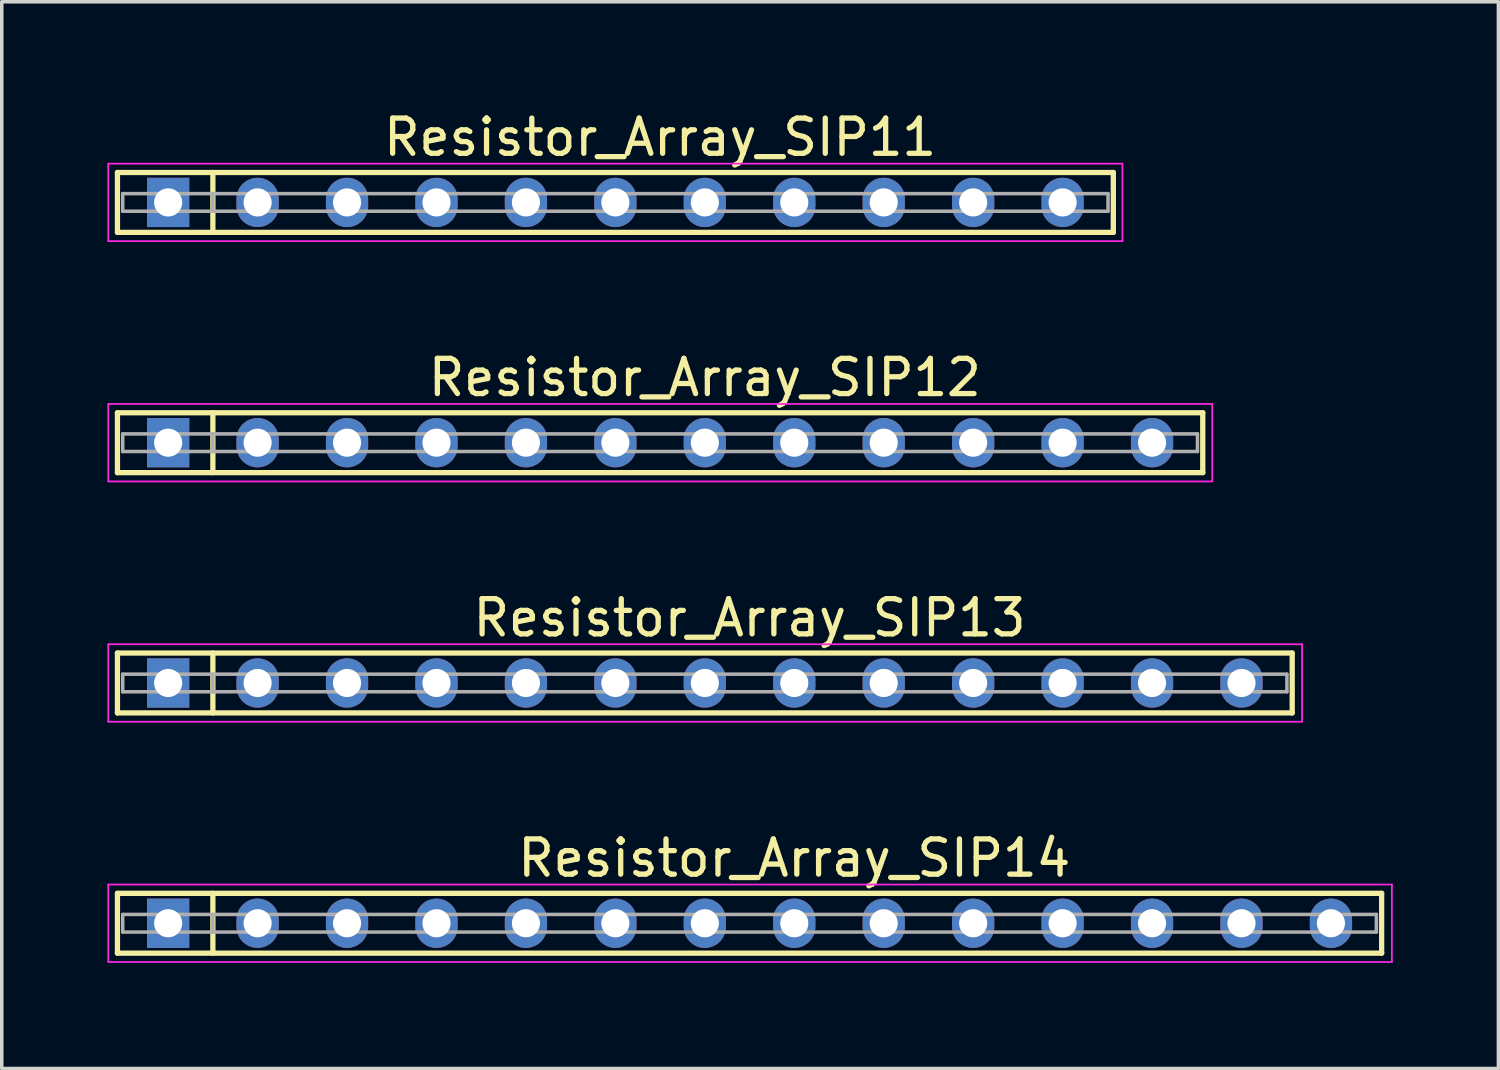
<source format=kicad_pcb>
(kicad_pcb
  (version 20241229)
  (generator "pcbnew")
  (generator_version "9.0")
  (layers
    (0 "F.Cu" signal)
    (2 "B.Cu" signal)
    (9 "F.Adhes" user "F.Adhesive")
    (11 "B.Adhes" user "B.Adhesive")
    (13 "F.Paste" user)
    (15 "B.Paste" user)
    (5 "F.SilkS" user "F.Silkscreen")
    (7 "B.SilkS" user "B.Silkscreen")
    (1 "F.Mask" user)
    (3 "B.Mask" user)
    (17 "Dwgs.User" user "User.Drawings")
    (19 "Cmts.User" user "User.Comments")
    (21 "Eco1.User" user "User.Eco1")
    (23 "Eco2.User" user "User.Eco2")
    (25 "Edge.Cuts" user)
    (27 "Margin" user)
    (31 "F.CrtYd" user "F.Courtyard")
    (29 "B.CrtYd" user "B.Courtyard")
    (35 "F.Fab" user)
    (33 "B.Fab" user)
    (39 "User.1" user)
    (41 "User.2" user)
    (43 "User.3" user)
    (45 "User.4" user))
  (footprint "Resistor_Array_SIP13"
    (layer "F.Cu")
    (at 1.725 16.345)
    (property "Reference" "Resistor_Array_SIP13" (at 16.51 -1.85 0) (layer "F.SilkS") (effects (font (size 1 1) (thickness 0.15))))
    (attr through_hole)
    (fp_line (start -1.44 -0.85) (end -1.44 0.85) (stroke (width 0.15) (type solid)) (layer "F.SilkS"))
    (fp_line (start -1.44 0.85) (end 31.92 0.85) (stroke (width 0.15) (type solid)) (layer "F.SilkS"))
    (fp_line (start 1.27 -0.85) (end 1.27 0.85) (stroke (width 0.15) (type solid)) (layer "F.SilkS"))
    (fp_line (start 31.92 -0.85) (end -1.44 -0.85) (stroke (width 0.15) (type solid)) (layer "F.SilkS"))
    (fp_line (start 31.92 0.85) (end 31.92 -0.85) (stroke (width 0.15) (type solid)) (layer "F.SilkS"))
    (fp_line (start -1.7 -1.1) (end -1.7 1.1) (stroke (width 0.05) (type solid)) (layer "F.CrtYd"))
    (fp_line (start -1.7 1.1) (end 32.2 1.1) (stroke (width 0.05) (type solid)) (layer "F.CrtYd"))
    (fp_line (start 32.2 -1.1) (end -1.7 -1.1) (stroke (width 0.05) (type solid)) (layer "F.CrtYd"))
    (fp_line (start 32.2 1.1) (end 32.2 -1.1) (stroke (width 0.05) (type solid)) (layer "F.CrtYd"))
    (fp_line (start -1.29 -0.25) (end -1.29 0.25) (stroke (width 0.1) (type solid)) (layer "F.Fab"))
    (fp_line (start -1.29 0.25) (end 31.77 0.25) (stroke (width 0.1) (type solid)) (layer "F.Fab"))
    (fp_line (start 1.27 -0.25) (end 1.27 0.25) (stroke (width 0.1) (type solid)) (layer "F.Fab"))
    (fp_line (start 31.77 -0.25) (end -1.29 -0.25) (stroke (width 0.1) (type solid)) (layer "F.Fab"))
    (fp_line (start 31.77 0.25) (end 31.77 -0.25) (stroke (width 0.1) (type solid)) (layer "F.Fab"))
    (pad "1" thru_hole rect (at 0 0) (size 1.2 1.4) (drill 0.8) (layers "*.Cu" "*.Mask"))
    (pad "2" thru_hole oval (at 2.54 0) (size 1.2 1.4) (drill 0.8) (layers "*.Cu" "*.Mask"))
    (pad "3" thru_hole oval (at 5.08 0) (size 1.2 1.4) (drill 0.8) (layers "*.Cu" "*.Mask"))
    (pad "4" thru_hole oval (at 7.62 0) (size 1.2 1.4) (drill 0.8) (layers "*.Cu" "*.Mask"))
    (pad "5" thru_hole oval (at 10.16 0) (size 1.2 1.4) (drill 0.8) (layers "*.Cu" "*.Mask"))
    (pad "6" thru_hole oval (at 12.7 0) (size 1.2 1.4) (drill 0.8) (layers "*.Cu" "*.Mask"))
    (pad "7" thru_hole oval (at 15.24 0) (size 1.2 1.4) (drill 0.8) (layers "*.Cu" "*.Mask"))
    (pad "8" thru_hole oval (at 17.78 0) (size 1.2 1.4) (drill 0.8) (layers "*.Cu" "*.Mask"))
    (pad "9" thru_hole oval (at 20.32 0) (size 1.2 1.4) (drill 0.8) (layers "*.Cu" "*.Mask"))
    (pad "10" thru_hole oval (at 22.86 0) (size 1.2 1.4) (drill 0.8) (layers "*.Cu" "*.Mask"))
    (pad "11" thru_hole oval (at 25.4 0) (size 1.2 1.4) (drill 0.8) (layers "*.Cu" "*.Mask"))
    (pad "12" thru_hole oval (at 27.94 0) (size 1.2 1.4) (drill 0.8) (layers "*.Cu" "*.Mask"))
    (pad "13" thru_hole oval (at 30.48 0) (size 1.2 1.4) (drill 0.8) (layers "*.Cu" "*.Mask")))
  (footprint "Resistor_Array_SIP12"
    (layer "F.Cu")
    (at 1.725 9.521)
    (property "Reference" "Resistor_Array_SIP12" (at 15.24 -1.85 0) (layer "F.SilkS") (effects (font (size 1 1) (thickness 0.15))))
    (attr through_hole)
    (fp_line (start -1.44 -0.85) (end -1.44 0.85) (stroke (width 0.15) (type solid)) (layer "F.SilkS"))
    (fp_line (start -1.44 0.85) (end 29.38 0.85) (stroke (width 0.15) (type solid)) (layer "F.SilkS"))
    (fp_line (start 1.27 -0.85) (end 1.27 0.85) (stroke (width 0.15) (type solid)) (layer "F.SilkS"))
    (fp_line (start 29.38 -0.85) (end -1.44 -0.85) (stroke (width 0.15) (type solid)) (layer "F.SilkS"))
    (fp_line (start 29.38 0.85) (end 29.38 -0.85) (stroke (width 0.15) (type solid)) (layer "F.SilkS"))
    (fp_line (start -1.7 -1.1) (end -1.7 1.1) (stroke (width 0.05) (type solid)) (layer "F.CrtYd"))
    (fp_line (start -1.7 1.1) (end 29.65 1.1) (stroke (width 0.05) (type solid)) (layer "F.CrtYd"))
    (fp_line (start 29.65 -1.1) (end -1.7 -1.1) (stroke (width 0.05) (type solid)) (layer "F.CrtYd"))
    (fp_line (start 29.65 1.1) (end 29.65 -1.1) (stroke (width 0.05) (type solid)) (layer "F.CrtYd"))
    (fp_line (start -1.29 -0.25) (end -1.29 0.25) (stroke (width 0.1) (type solid)) (layer "F.Fab"))
    (fp_line (start -1.29 0.25) (end 29.23 0.25) (stroke (width 0.1) (type solid)) (layer "F.Fab"))
    (fp_line (start 1.27 -0.25) (end 1.27 0.25) (stroke (width 0.1) (type solid)) (layer "F.Fab"))
    (fp_line (start 29.23 -0.25) (end -1.29 -0.25) (stroke (width 0.1) (type solid)) (layer "F.Fab"))
    (fp_line (start 29.23 0.25) (end 29.23 -0.25) (stroke (width 0.1) (type solid)) (layer "F.Fab"))
    (pad "1" thru_hole rect (at 0 0) (size 1.2 1.4) (drill 0.8) (layers "*.Cu" "*.Mask"))
    (pad "2" thru_hole oval (at 2.54 0) (size 1.2 1.4) (drill 0.8) (layers "*.Cu" "*.Mask"))
    (pad "3" thru_hole oval (at 5.08 0) (size 1.2 1.4) (drill 0.8) (layers "*.Cu" "*.Mask"))
    (pad "4" thru_hole oval (at 7.62 0) (size 1.2 1.4) (drill 0.8) (layers "*.Cu" "*.Mask"))
    (pad "5" thru_hole oval (at 10.16 0) (size 1.2 1.4) (drill 0.8) (layers "*.Cu" "*.Mask"))
    (pad "6" thru_hole oval (at 12.7 0) (size 1.2 1.4) (drill 0.8) (layers "*.Cu" "*.Mask"))
    (pad "7" thru_hole oval (at 15.24 0) (size 1.2 1.4) (drill 0.8) (layers "*.Cu" "*.Mask"))
    (pad "8" thru_hole oval (at 17.78 0) (size 1.2 1.4) (drill 0.8) (layers "*.Cu" "*.Mask"))
    (pad "9" thru_hole oval (at 20.32 0) (size 1.2 1.4) (drill 0.8) (layers "*.Cu" "*.Mask"))
    (pad "10" thru_hole oval (at 22.86 0) (size 1.2 1.4) (drill 0.8) (layers "*.Cu" "*.Mask"))
    (pad "11" thru_hole oval (at 25.4 0) (size 1.2 1.4) (drill 0.8) (layers "*.Cu" "*.Mask"))
    (pad "12" thru_hole oval (at 27.94 0) (size 1.2 1.4) (drill 0.8) (layers "*.Cu" "*.Mask")))
  (footprint "Resistor_Array_SIP14"
    (layer "F.Cu")
    (at 1.725 23.168)
    (property "Reference" "Resistor_Array_SIP14" (at 17.78 -1.85 0) (layer "F.SilkS") (effects (font (size 1 1) (thickness 0.15))))
    (attr through_hole)
    (fp_line (start -1.44 -0.85) (end -1.44 0.85) (stroke (width 0.15) (type solid)) (layer "F.SilkS"))
    (fp_line (start -1.44 0.85) (end 34.46 0.85) (stroke (width 0.15) (type solid)) (layer "F.SilkS"))
    (fp_line (start 1.27 -0.85) (end 1.27 0.85) (stroke (width 0.15) (type solid)) (layer "F.SilkS"))
    (fp_line (start 34.46 -0.85) (end -1.44 -0.85) (stroke (width 0.15) (type solid)) (layer "F.SilkS"))
    (fp_line (start 34.46 0.85) (end 34.46 -0.85) (stroke (width 0.15) (type solid)) (layer "F.SilkS"))
    (fp_line (start -1.7 -1.1) (end -1.7 1.1) (stroke (width 0.05) (type solid)) (layer "F.CrtYd"))
    (fp_line (start -1.7 1.1) (end 34.75 1.1) (stroke (width 0.05) (type solid)) (layer "F.CrtYd"))
    (fp_line (start 34.75 -1.1) (end -1.7 -1.1) (stroke (width 0.05) (type solid)) (layer "F.CrtYd"))
    (fp_line (start 34.75 1.1) (end 34.75 -1.1) (stroke (width 0.05) (type solid)) (layer "F.CrtYd"))
    (fp_line (start -1.29 -0.25) (end -1.29 0.25) (stroke (width 0.1) (type solid)) (layer "F.Fab"))
    (fp_line (start -1.29 0.25) (end 34.31 0.25) (stroke (width 0.1) (type solid)) (layer "F.Fab"))
    (fp_line (start 1.27 -0.25) (end 1.27 0.25) (stroke (width 0.1) (type solid)) (layer "F.Fab"))
    (fp_line (start 34.31 -0.25) (end -1.29 -0.25) (stroke (width 0.1) (type solid)) (layer "F.Fab"))
    (fp_line (start 34.31 0.25) (end 34.31 -0.25) (stroke (width 0.1) (type solid)) (layer "F.Fab"))
    (pad "1" thru_hole rect (at 0 0) (size 1.2 1.4) (drill 0.8) (layers "*.Cu" "*.Mask"))
    (pad "2" thru_hole oval (at 2.54 0) (size 1.2 1.4) (drill 0.8) (layers "*.Cu" "*.Mask"))
    (pad "3" thru_hole oval (at 5.08 0) (size 1.2 1.4) (drill 0.8) (layers "*.Cu" "*.Mask"))
    (pad "4" thru_hole oval (at 7.62 0) (size 1.2 1.4) (drill 0.8) (layers "*.Cu" "*.Mask"))
    (pad "5" thru_hole oval (at 10.16 0) (size 1.2 1.4) (drill 0.8) (layers "*.Cu" "*.Mask"))
    (pad "6" thru_hole oval (at 12.7 0) (size 1.2 1.4) (drill 0.8) (layers "*.Cu" "*.Mask"))
    (pad "7" thru_hole oval (at 15.24 0) (size 1.2 1.4) (drill 0.8) (layers "*.Cu" "*.Mask"))
    (pad "8" thru_hole oval (at 17.78 0) (size 1.2 1.4) (drill 0.8) (layers "*.Cu" "*.Mask"))
    (pad "9" thru_hole oval (at 20.32 0) (size 1.2 1.4) (drill 0.8) (layers "*.Cu" "*.Mask"))
    (pad "10" thru_hole oval (at 22.86 0) (size 1.2 1.4) (drill 0.8) (layers "*.Cu" "*.Mask"))
    (pad "11" thru_hole oval (at 25.4 0) (size 1.2 1.4) (drill 0.8) (layers "*.Cu" "*.Mask"))
    (pad "12" thru_hole oval (at 27.94 0) (size 1.2 1.4) (drill 0.8) (layers "*.Cu" "*.Mask"))
    (pad "13" thru_hole oval (at 30.48 0) (size 1.2 1.4) (drill 0.8) (layers "*.Cu" "*.Mask"))
    (pad "14" thru_hole oval (at 33.02 0) (size 1.2 1.4) (drill 0.8) (layers "*.Cu" "*.Mask")))
  (footprint "Resistor_Array_SIP11"
    (layer "F.Cu")
    (at 1.725 2.698)
    (property "Reference" "Resistor_Array_SIP11" (at 13.97 -1.85 0) (layer "F.SilkS") (effects (font (size 1 1) (thickness 0.15))))
    (attr through_hole)
    (fp_line (start -1.44 -0.85) (end -1.44 0.85) (stroke (width 0.15) (type solid)) (layer "F.SilkS"))
    (fp_line (start -1.44 0.85) (end 26.84 0.85) (stroke (width 0.15) (type solid)) (layer "F.SilkS"))
    (fp_line (start 1.27 -0.85) (end 1.27 0.85) (stroke (width 0.15) (type solid)) (layer "F.SilkS"))
    (fp_line (start 26.84 -0.85) (end -1.44 -0.85) (stroke (width 0.15) (type solid)) (layer "F.SilkS"))
    (fp_line (start 26.84 0.85) (end 26.84 -0.85) (stroke (width 0.15) (type solid)) (layer "F.SilkS"))
    (fp_line (start -1.7 -1.1) (end -1.7 1.1) (stroke (width 0.05) (type solid)) (layer "F.CrtYd"))
    (fp_line (start -1.7 1.1) (end 27.1 1.1) (stroke (width 0.05) (type solid)) (layer "F.CrtYd"))
    (fp_line (start 27.1 -1.1) (end -1.7 -1.1) (stroke (width 0.05) (type solid)) (layer "F.CrtYd"))
    (fp_line (start 27.1 1.1) (end 27.1 -1.1) (stroke (width 0.05) (type solid)) (layer "F.CrtYd"))
    (fp_line (start -1.29 -0.25) (end -1.29 0.25) (stroke (width 0.1) (type solid)) (layer "F.Fab"))
    (fp_line (start -1.29 0.25) (end 26.69 0.25) (stroke (width 0.1) (type solid)) (layer "F.Fab"))
    (fp_line (start 1.27 -0.25) (end 1.27 0.25) (stroke (width 0.1) (type solid)) (layer "F.Fab"))
    (fp_line (start 26.69 -0.25) (end -1.29 -0.25) (stroke (width 0.1) (type solid)) (layer "F.Fab"))
    (fp_line (start 26.69 0.25) (end 26.69 -0.25) (stroke (width 0.1) (type solid)) (layer "F.Fab"))
    (pad "1" thru_hole rect (at 0 0) (size 1.2 1.4) (drill 0.8) (layers "*.Cu" "*.Mask"))
    (pad "2" thru_hole oval (at 2.54 0) (size 1.2 1.4) (drill 0.8) (layers "*.Cu" "*.Mask"))
    (pad "3" thru_hole oval (at 5.08 0) (size 1.2 1.4) (drill 0.8) (layers "*.Cu" "*.Mask"))
    (pad "4" thru_hole oval (at 7.62 0) (size 1.2 1.4) (drill 0.8) (layers "*.Cu" "*.Mask"))
    (pad "5" thru_hole oval (at 10.16 0) (size 1.2 1.4) (drill 0.8) (layers "*.Cu" "*.Mask"))
    (pad "6" thru_hole oval (at 12.7 0) (size 1.2 1.4) (drill 0.8) (layers "*.Cu" "*.Mask"))
    (pad "7" thru_hole oval (at 15.24 0) (size 1.2 1.4) (drill 0.8) (layers "*.Cu" "*.Mask"))
    (pad "8" thru_hole oval (at 17.78 0) (size 1.2 1.4) (drill 0.8) (layers "*.Cu" "*.Mask"))
    (pad "9" thru_hole oval (at 20.32 0) (size 1.2 1.4) (drill 0.8) (layers "*.Cu" "*.Mask"))
    (pad "10" thru_hole oval (at 22.86 0) (size 1.2 1.4) (drill 0.8) (layers "*.Cu" "*.Mask"))
    (pad "11" thru_hole oval (at 25.4 0) (size 1.2 1.4) (drill 0.8) (layers "*.Cu" "*.Mask")))
  (gr_rect
    (start -3 -3)
    (end 39.5 27.293)
    (stroke (width 0.1) (type default))
    (fill no)
    (layer "Edge.Cuts")))
</source>
